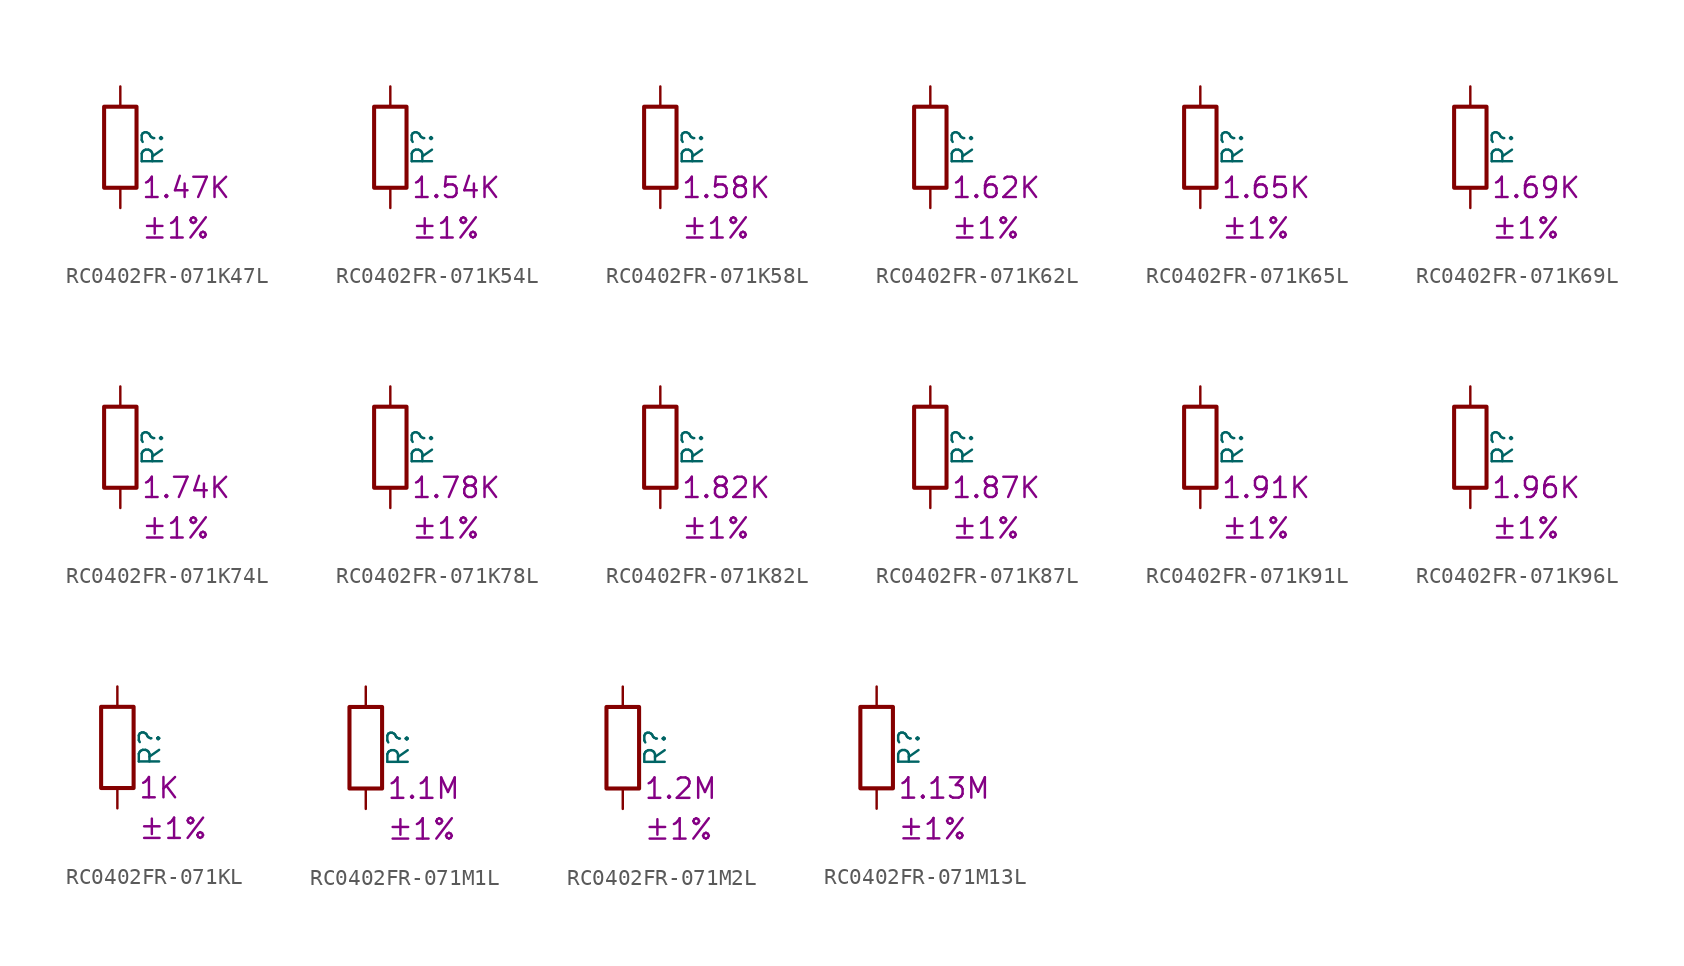
<source format=kicad_sym>
(kicad_symbol_lib
  (version 20220914)
  (generator kicad_symbol_editor)
  (symbol "RC0402FR-071K47L"
    (pin_numbers hide)
    (pin_names
      (offset 0))
    (property "Reference" "R"
      (at 2.032 0 90)
      (effects (font (size 1.27 1.27))))
    (property "Resistance" "1.47K"
      (at 1.27 -2.54 0)
      (effects (font (size 1.27 1.27)) (justify left)))
    (property "Tolerance" "±1%"
      (at 1.27 -5.08 0)
      (effects (font (size 1.27 1.27)) (justify left)))
    (symbol "RC0402FR-071K47L_0_1"
      (rectangle (start -1.016 -2.54) (end 1.016 2.54) (stroke (width 0.254) (type default)) (fill (type none))))
    (symbol "RC0402FR-071K47L_1_1"
      (pin passive line (at 0 3.81 270) (length 1.27) (name "~" (effects (font (size 1.27 1.27)))) (number "1" (effects (font (size 1.27 1.27)))))
      (pin passive line (at 0 -3.81 90) (length 1.27) (name "~" (effects (font (size 1.27 1.27)))) (number "2" (effects (font (size 1.27 1.27)))))))
  (symbol "RC0402FR-071K54L"
    (pin_numbers hide)
    (pin_names
      (offset 0))
    (property "Reference" "R"
      (at 2.032 0 90)
      (effects (font (size 1.27 1.27))))
    (property "Resistance" "1.54K"
      (at 1.27 -2.54 0)
      (effects (font (size 1.27 1.27)) (justify left)))
    (property "Tolerance" "±1%"
      (at 1.27 -5.08 0)
      (effects (font (size 1.27 1.27)) (justify left)))
    (symbol "RC0402FR-071K54L_0_1"
      (rectangle (start -1.016 -2.54) (end 1.016 2.54) (stroke (width 0.254) (type default)) (fill (type none))))
    (symbol "RC0402FR-071K54L_1_1"
      (pin passive line (at 0 3.81 270) (length 1.27) (name "~" (effects (font (size 1.27 1.27)))) (number "1" (effects (font (size 1.27 1.27)))))
      (pin passive line (at 0 -3.81 90) (length 1.27) (name "~" (effects (font (size 1.27 1.27)))) (number "2" (effects (font (size 1.27 1.27)))))))
  (symbol "RC0402FR-071K58L"
    (pin_numbers hide)
    (pin_names
      (offset 0))
    (property "Reference" "R"
      (at 2.032 0 90)
      (effects (font (size 1.27 1.27))))
    (property "Resistance" "1.58K"
      (at 1.27 -2.54 0)
      (effects (font (size 1.27 1.27)) (justify left)))
    (property "Tolerance" "±1%"
      (at 1.27 -5.08 0)
      (effects (font (size 1.27 1.27)) (justify left)))
    (symbol "RC0402FR-071K58L_0_1"
      (rectangle (start -1.016 -2.54) (end 1.016 2.54) (stroke (width 0.254) (type default)) (fill (type none))))
    (symbol "RC0402FR-071K58L_1_1"
      (pin passive line (at 0 3.81 270) (length 1.27) (name "~" (effects (font (size 1.27 1.27)))) (number "1" (effects (font (size 1.27 1.27)))))
      (pin passive line (at 0 -3.81 90) (length 1.27) (name "~" (effects (font (size 1.27 1.27)))) (number "2" (effects (font (size 1.27 1.27)))))))
  (symbol "RC0402FR-071K62L"
    (pin_numbers hide)
    (pin_names
      (offset 0))
    (property "Reference" "R"
      (at 2.032 0 90)
      (effects (font (size 1.27 1.27))))
    (property "Resistance" "1.62K"
      (at 1.27 -2.54 0)
      (effects (font (size 1.27 1.27)) (justify left)))
    (property "Tolerance" "±1%"
      (at 1.27 -5.08 0)
      (effects (font (size 1.27 1.27)) (justify left)))
    (symbol "RC0402FR-071K62L_0_1"
      (rectangle (start -1.016 -2.54) (end 1.016 2.54) (stroke (width 0.254) (type default)) (fill (type none))))
    (symbol "RC0402FR-071K62L_1_1"
      (pin passive line (at 0 3.81 270) (length 1.27) (name "~" (effects (font (size 1.27 1.27)))) (number "1" (effects (font (size 1.27 1.27)))))
      (pin passive line (at 0 -3.81 90) (length 1.27) (name "~" (effects (font (size 1.27 1.27)))) (number "2" (effects (font (size 1.27 1.27)))))))
  (symbol "RC0402FR-071K65L"
    (pin_numbers hide)
    (pin_names
      (offset 0))
    (property "Reference" "R"
      (at 2.032 0 90)
      (effects (font (size 1.27 1.27))))
    (property "Resistance" "1.65K"
      (at 1.27 -2.54 0)
      (effects (font (size 1.27 1.27)) (justify left)))
    (property "Tolerance" "±1%"
      (at 1.27 -5.08 0)
      (effects (font (size 1.27 1.27)) (justify left)))
    (symbol "RC0402FR-071K65L_0_1"
      (rectangle (start -1.016 -2.54) (end 1.016 2.54) (stroke (width 0.254) (type default)) (fill (type none))))
    (symbol "RC0402FR-071K65L_1_1"
      (pin passive line (at 0 3.81 270) (length 1.27) (name "~" (effects (font (size 1.27 1.27)))) (number "1" (effects (font (size 1.27 1.27)))))
      (pin passive line (at 0 -3.81 90) (length 1.27) (name "~" (effects (font (size 1.27 1.27)))) (number "2" (effects (font (size 1.27 1.27)))))))
  (symbol "RC0402FR-071K69L"
    (pin_numbers hide)
    (pin_names
      (offset 0))
    (property "Reference" "R"
      (at 2.032 0 90)
      (effects (font (size 1.27 1.27))))
    (property "Resistance" "1.69K"
      (at 1.27 -2.54 0)
      (effects (font (size 1.27 1.27)) (justify left)))
    (property "Tolerance" "±1%"
      (at 1.27 -5.08 0)
      (effects (font (size 1.27 1.27)) (justify left)))
    (symbol "RC0402FR-071K69L_0_1"
      (rectangle (start -1.016 -2.54) (end 1.016 2.54) (stroke (width 0.254) (type default)) (fill (type none))))
    (symbol "RC0402FR-071K69L_1_1"
      (pin passive line (at 0 3.81 270) (length 1.27) (name "~" (effects (font (size 1.27 1.27)))) (number "1" (effects (font (size 1.27 1.27)))))
      (pin passive line (at 0 -3.81 90) (length 1.27) (name "~" (effects (font (size 1.27 1.27)))) (number "2" (effects (font (size 1.27 1.27)))))))
  (symbol "RC0402FR-071K74L"
    (pin_numbers hide)
    (pin_names
      (offset 0))
    (property "Reference" "R"
      (at 2.032 0 90)
      (effects (font (size 1.27 1.27))))
    (property "Resistance" "1.74K"
      (at 1.27 -2.54 0)
      (effects (font (size 1.27 1.27)) (justify left)))
    (property "Tolerance" "±1%"
      (at 1.27 -5.08 0)
      (effects (font (size 1.27 1.27)) (justify left)))
    (symbol "RC0402FR-071K74L_0_1"
      (rectangle (start -1.016 -2.54) (end 1.016 2.54) (stroke (width 0.254) (type default)) (fill (type none))))
    (symbol "RC0402FR-071K74L_1_1"
      (pin passive line (at 0 3.81 270) (length 1.27) (name "~" (effects (font (size 1.27 1.27)))) (number "1" (effects (font (size 1.27 1.27)))))
      (pin passive line (at 0 -3.81 90) (length 1.27) (name "~" (effects (font (size 1.27 1.27)))) (number "2" (effects (font (size 1.27 1.27)))))))
  (symbol "RC0402FR-071K78L"
    (pin_numbers hide)
    (pin_names
      (offset 0))
    (property "Reference" "R"
      (at 2.032 0 90)
      (effects (font (size 1.27 1.27))))
    (property "Resistance" "1.78K"
      (at 1.27 -2.54 0)
      (effects (font (size 1.27 1.27)) (justify left)))
    (property "Tolerance" "±1%"
      (at 1.27 -5.08 0)
      (effects (font (size 1.27 1.27)) (justify left)))
    (symbol "RC0402FR-071K78L_0_1"
      (rectangle (start -1.016 -2.54) (end 1.016 2.54) (stroke (width 0.254) (type default)) (fill (type none))))
    (symbol "RC0402FR-071K78L_1_1"
      (pin passive line (at 0 3.81 270) (length 1.27) (name "~" (effects (font (size 1.27 1.27)))) (number "1" (effects (font (size 1.27 1.27)))))
      (pin passive line (at 0 -3.81 90) (length 1.27) (name "~" (effects (font (size 1.27 1.27)))) (number "2" (effects (font (size 1.27 1.27)))))))
  (symbol "RC0402FR-071K82L"
    (pin_numbers hide)
    (pin_names
      (offset 0))
    (property "Reference" "R"
      (at 2.032 0 90)
      (effects (font (size 1.27 1.27))))
    (property "Resistance" "1.82K"
      (at 1.27 -2.54 0)
      (effects (font (size 1.27 1.27)) (justify left)))
    (property "Tolerance" "±1%"
      (at 1.27 -5.08 0)
      (effects (font (size 1.27 1.27)) (justify left)))
    (symbol "RC0402FR-071K82L_0_1"
      (rectangle (start -1.016 -2.54) (end 1.016 2.54) (stroke (width 0.254) (type default)) (fill (type none))))
    (symbol "RC0402FR-071K82L_1_1"
      (pin passive line (at 0 3.81 270) (length 1.27) (name "~" (effects (font (size 1.27 1.27)))) (number "1" (effects (font (size 1.27 1.27)))))
      (pin passive line (at 0 -3.81 90) (length 1.27) (name "~" (effects (font (size 1.27 1.27)))) (number "2" (effects (font (size 1.27 1.27)))))))
  (symbol "RC0402FR-071K87L"
    (pin_numbers hide)
    (pin_names
      (offset 0))
    (property "Reference" "R"
      (at 2.032 0 90)
      (effects (font (size 1.27 1.27))))
    (property "Resistance" "1.87K"
      (at 1.27 -2.54 0)
      (effects (font (size 1.27 1.27)) (justify left)))
    (property "Tolerance" "±1%"
      (at 1.27 -5.08 0)
      (effects (font (size 1.27 1.27)) (justify left)))
    (symbol "RC0402FR-071K87L_0_1"
      (rectangle (start -1.016 -2.54) (end 1.016 2.54) (stroke (width 0.254) (type default)) (fill (type none))))
    (symbol "RC0402FR-071K87L_1_1"
      (pin passive line (at 0 3.81 270) (length 1.27) (name "~" (effects (font (size 1.27 1.27)))) (number "1" (effects (font (size 1.27 1.27)))))
      (pin passive line (at 0 -3.81 90) (length 1.27) (name "~" (effects (font (size 1.27 1.27)))) (number "2" (effects (font (size 1.27 1.27)))))))
  (symbol "RC0402FR-071K91L"
    (pin_numbers hide)
    (pin_names
      (offset 0))
    (property "Reference" "R"
      (at 2.032 0 90)
      (effects (font (size 1.27 1.27))))
    (property "Resistance" "1.91K"
      (at 1.27 -2.54 0)
      (effects (font (size 1.27 1.27)) (justify left)))
    (property "Tolerance" "±1%"
      (at 1.27 -5.08 0)
      (effects (font (size 1.27 1.27)) (justify left)))
    (symbol "RC0402FR-071K91L_0_1"
      (rectangle (start -1.016 -2.54) (end 1.016 2.54) (stroke (width 0.254) (type default)) (fill (type none))))
    (symbol "RC0402FR-071K91L_1_1"
      (pin passive line (at 0 3.81 270) (length 1.27) (name "~" (effects (font (size 1.27 1.27)))) (number "1" (effects (font (size 1.27 1.27)))))
      (pin passive line (at 0 -3.81 90) (length 1.27) (name "~" (effects (font (size 1.27 1.27)))) (number "2" (effects (font (size 1.27 1.27)))))))
  (symbol "RC0402FR-071K96L"
    (pin_numbers hide)
    (pin_names
      (offset 0))
    (property "Reference" "R"
      (at 2.032 0 90)
      (effects (font (size 1.27 1.27))))
    (property "Resistance" "1.96K"
      (at 1.27 -2.54 0)
      (effects (font (size 1.27 1.27)) (justify left)))
    (property "Tolerance" "±1%"
      (at 1.27 -5.08 0)
      (effects (font (size 1.27 1.27)) (justify left)))
    (symbol "RC0402FR-071K96L_0_1"
      (rectangle (start -1.016 -2.54) (end 1.016 2.54) (stroke (width 0.254) (type default)) (fill (type none))))
    (symbol "RC0402FR-071K96L_1_1"
      (pin passive line (at 0 3.81 270) (length 1.27) (name "~" (effects (font (size 1.27 1.27)))) (number "1" (effects (font (size 1.27 1.27)))))
      (pin passive line (at 0 -3.81 90) (length 1.27) (name "~" (effects (font (size 1.27 1.27)))) (number "2" (effects (font (size 1.27 1.27)))))))
  (symbol "RC0402FR-071KL"
    (pin_numbers hide)
    (pin_names
      (offset 0))
    (property "Reference" "R"
      (at 2.032 0 90)
      (effects (font (size 1.27 1.27))))
    (property "Resistance" "1K"
      (at 1.27 -2.54 0)
      (effects (font (size 1.27 1.27)) (justify left)))
    (property "Tolerance" "±1%"
      (at 1.27 -5.08 0)
      (effects (font (size 1.27 1.27)) (justify left)))
    (symbol "RC0402FR-071KL_0_1"
      (rectangle (start -1.016 -2.54) (end 1.016 2.54) (stroke (width 0.254) (type default)) (fill (type none))))
    (symbol "RC0402FR-071KL_1_1"
      (pin passive line (at 0 3.81 270) (length 1.27) (name "~" (effects (font (size 1.27 1.27)))) (number "1" (effects (font (size 1.27 1.27)))))
      (pin passive line (at 0 -3.81 90) (length 1.27) (name "~" (effects (font (size 1.27 1.27)))) (number "2" (effects (font (size 1.27 1.27)))))))
  (symbol "RC0402FR-071M1L"
    (pin_numbers hide)
    (pin_names
      (offset 0))
    (property "Reference" "R"
      (at 2.032 0 90)
      (effects (font (size 1.27 1.27))))
    (property "Resistance" "1.1M"
      (at 1.27 -2.54 0)
      (effects (font (size 1.27 1.27)) (justify left)))
    (property "Tolerance" "±1%"
      (at 1.27 -5.08 0)
      (effects (font (size 1.27 1.27)) (justify left)))
    (symbol "RC0402FR-071M1L_0_1"
      (rectangle (start -1.016 -2.54) (end 1.016 2.54) (stroke (width 0.254) (type default)) (fill (type none))))
    (symbol "RC0402FR-071M1L_1_1"
      (pin passive line (at 0 3.81 270) (length 1.27) (name "~" (effects (font (size 1.27 1.27)))) (number "1" (effects (font (size 1.27 1.27)))))
      (pin passive line (at 0 -3.81 90) (length 1.27) (name "~" (effects (font (size 1.27 1.27)))) (number "2" (effects (font (size 1.27 1.27)))))))
  (symbol "RC0402FR-071M2L"
    (pin_numbers hide)
    (pin_names
      (offset 0))
    (property "Reference" "R"
      (at 2.032 0 90)
      (effects (font (size 1.27 1.27))))
    (property "Resistance" "1.2M"
      (at 1.27 -2.54 0)
      (effects (font (size 1.27 1.27)) (justify left)))
    (property "Tolerance" "±1%"
      (at 1.27 -5.08 0)
      (effects (font (size 1.27 1.27)) (justify left)))
    (symbol "RC0402FR-071M2L_0_1"
      (rectangle (start -1.016 -2.54) (end 1.016 2.54) (stroke (width 0.254) (type default)) (fill (type none))))
    (symbol "RC0402FR-071M2L_1_1"
      (pin passive line (at 0 3.81 270) (length 1.27) (name "~" (effects (font (size 1.27 1.27)))) (number "1" (effects (font (size 1.27 1.27)))))
      (pin passive line (at 0 -3.81 90) (length 1.27) (name "~" (effects (font (size 1.27 1.27)))) (number "2" (effects (font (size 1.27 1.27)))))))
  (symbol "RC0402FR-071M13L"
    (pin_numbers hide)
    (pin_names
      (offset 0))
    (property "Reference" "R"
      (at 2.032 0 90)
      (effects (font (size 1.27 1.27))))
    (property "Resistance" "1.13M"
      (at 1.27 -2.54 0)
      (effects (font (size 1.27 1.27)) (justify left)))
    (property "Tolerance" "±1%"
      (at 1.27 -5.08 0)
      (effects (font (size 1.27 1.27)) (justify left)))
    (symbol "RC0402FR-071M13L_0_1"
      (rectangle (start -1.016 -2.54) (end 1.016 2.54) (stroke (width 0.254) (type default)) (fill (type none))))
    (symbol "RC0402FR-071M13L_1_1"
      (pin passive line (at 0 3.81 270) (length 1.27) (name "~" (effects (font (size 1.27 1.27)))) (number "1" (effects (font (size 1.27 1.27)))))
      (pin passive line (at 0 -3.81 90) (length 1.27) (name "~" (effects (font (size 1.27 1.27)))) (number "2" (effects (font (size 1.27 1.27))))))))
</source>
